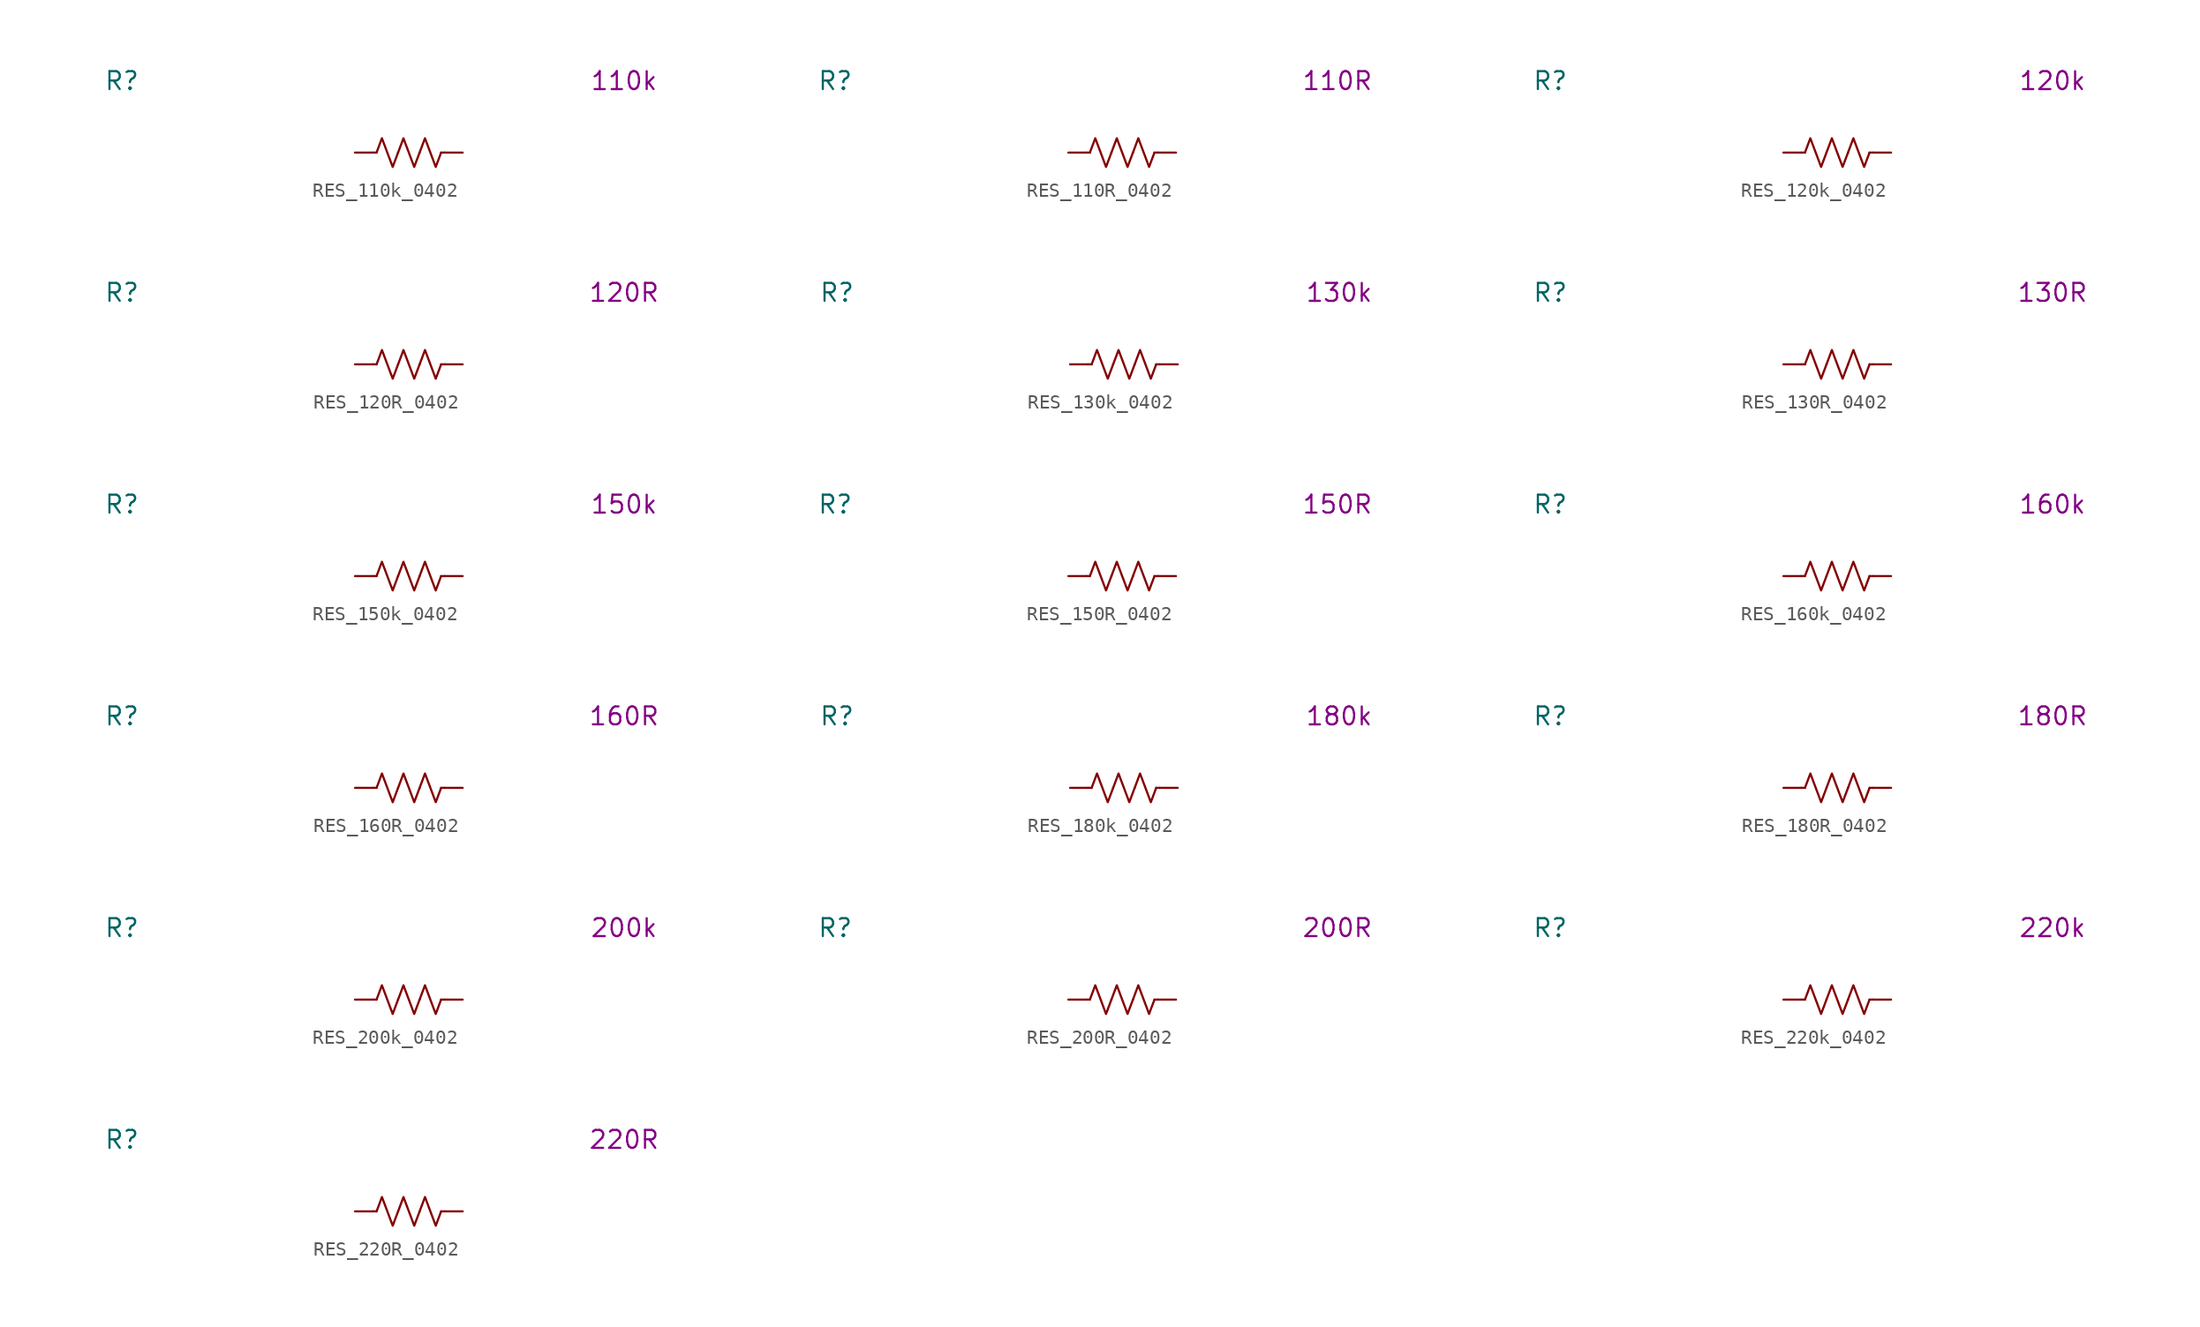
<source format=kicad_sym>
(kicad_symbol_lib
  (version 20231120)
  (generator "kicad_symbol_editor")
  (generator_version "8.0")
  (symbol "RES_110k_0402"
    (pin_numbers hide)
    (property "Reference" "R"
      (at -20.32 5.08 0)
      (effects (font (size 1.27 1.27))))
    (property "Display Value" "110k"
      (at 15.24 5.08 0)
      (effects (font (size 1.27 1.27))))
    (symbol "RES_110k_0402_0_1"
      (polyline (pts (xy -2.286 0) (xy -2.54 0)) (stroke (width 0) (type default)) (fill (type none)))
      (polyline (pts (xy 2.286 0) (xy 2.54 0)) (stroke (width 0) (type default)) (fill (type none)))
      (polyline (pts (xy -2.286 0) (xy -1.905 1.016) (xy -1.524 0) (xy -1.143 -1.016) (xy -0.762 0)) (stroke (width 0) (type default)) (fill (type none)))
      (polyline (pts (xy -0.762 0) (xy -0.381 1.016) (xy 0 0) (xy 0.381 -1.016) (xy 0.762 0)) (stroke (width 0) (type default)) (fill (type none)))
      (polyline (pts (xy 0.762 0) (xy 1.143 1.016) (xy 1.524 0) (xy 1.905 -1.016) (xy 2.286 0)) (stroke (width 0) (type default)) (fill (type none))))
    (symbol "RES_110k_0402_1_1"
      (pin passive line (at -3.81 0 0) (length 1.27) (name "~" (effects (font (size 1.27 1.27)))) (number "1" (effects (font (size 1.27 1.27)))))
      (pin passive line (at 3.81 0 180) (length 1.27) (name "~" (effects (font (size 1.27 1.27)))) (number "2" (effects (font (size 1.27 1.27)))))))
  (symbol "RES_110R_0402"
    (pin_numbers hide)
    (property "Reference" "R"
      (at -20.32 5.08 0)
      (effects (font (size 1.27 1.27))))
    (property "Display Value" "110R"
      (at 15.24 5.08 0)
      (effects (font (size 1.27 1.27))))
    (symbol "RES_110R_0402_0_1"
      (polyline (pts (xy -2.286 0) (xy -2.54 0)) (stroke (width 0) (type default)) (fill (type none)))
      (polyline (pts (xy 2.286 0) (xy 2.54 0)) (stroke (width 0) (type default)) (fill (type none)))
      (polyline (pts (xy -2.286 0) (xy -1.905 1.016) (xy -1.524 0) (xy -1.143 -1.016) (xy -0.762 0)) (stroke (width 0) (type default)) (fill (type none)))
      (polyline (pts (xy -0.762 0) (xy -0.381 1.016) (xy 0 0) (xy 0.381 -1.016) (xy 0.762 0)) (stroke (width 0) (type default)) (fill (type none)))
      (polyline (pts (xy 0.762 0) (xy 1.143 1.016) (xy 1.524 0) (xy 1.905 -1.016) (xy 2.286 0)) (stroke (width 0) (type default)) (fill (type none))))
    (symbol "RES_110R_0402_1_1"
      (pin passive line (at -3.81 0 0) (length 1.27) (name "~" (effects (font (size 1.27 1.27)))) (number "1" (effects (font (size 1.27 1.27)))))
      (pin passive line (at 3.81 0 180) (length 1.27) (name "~" (effects (font (size 1.27 1.27)))) (number "2" (effects (font (size 1.27 1.27)))))))
  (symbol "RES_120k_0402"
    (pin_numbers hide)
    (property "Reference" "R"
      (at -20.32 5.08 0)
      (effects (font (size 1.27 1.27))))
    (property "Display Value" "120k"
      (at 15.24 5.08 0)
      (effects (font (size 1.27 1.27))))
    (symbol "RES_120k_0402_0_1"
      (polyline (pts (xy -2.286 0) (xy -2.54 0)) (stroke (width 0) (type default)) (fill (type none)))
      (polyline (pts (xy 2.286 0) (xy 2.54 0)) (stroke (width 0) (type default)) (fill (type none)))
      (polyline (pts (xy -2.286 0) (xy -1.905 1.016) (xy -1.524 0) (xy -1.143 -1.016) (xy -0.762 0)) (stroke (width 0) (type default)) (fill (type none)))
      (polyline (pts (xy -0.762 0) (xy -0.381 1.016) (xy 0 0) (xy 0.381 -1.016) (xy 0.762 0)) (stroke (width 0) (type default)) (fill (type none)))
      (polyline (pts (xy 0.762 0) (xy 1.143 1.016) (xy 1.524 0) (xy 1.905 -1.016) (xy 2.286 0)) (stroke (width 0) (type default)) (fill (type none))))
    (symbol "RES_120k_0402_1_1"
      (pin passive line (at -3.81 0 0) (length 1.27) (name "~" (effects (font (size 1.27 1.27)))) (number "1" (effects (font (size 1.27 1.27)))))
      (pin passive line (at 3.81 0 180) (length 1.27) (name "~" (effects (font (size 1.27 1.27)))) (number "2" (effects (font (size 1.27 1.27)))))))
  (symbol "RES_120R_0402"
    (pin_numbers hide)
    (property "Reference" "R"
      (at -20.32 5.08 0)
      (effects (font (size 1.27 1.27))))
    (property "Display Value" "120R"
      (at 15.24 5.08 0)
      (effects (font (size 1.27 1.27))))
    (symbol "RES_120R_0402_0_1"
      (polyline (pts (xy -2.286 0) (xy -2.54 0)) (stroke (width 0) (type default)) (fill (type none)))
      (polyline (pts (xy 2.286 0) (xy 2.54 0)) (stroke (width 0) (type default)) (fill (type none)))
      (polyline (pts (xy -2.286 0) (xy -1.905 1.016) (xy -1.524 0) (xy -1.143 -1.016) (xy -0.762 0)) (stroke (width 0) (type default)) (fill (type none)))
      (polyline (pts (xy -0.762 0) (xy -0.381 1.016) (xy 0 0) (xy 0.381 -1.016) (xy 0.762 0)) (stroke (width 0) (type default)) (fill (type none)))
      (polyline (pts (xy 0.762 0) (xy 1.143 1.016) (xy 1.524 0) (xy 1.905 -1.016) (xy 2.286 0)) (stroke (width 0) (type default)) (fill (type none))))
    (symbol "RES_120R_0402_1_1"
      (pin passive line (at -3.81 0 0) (length 1.27) (name "~" (effects (font (size 1.27 1.27)))) (number "1" (effects (font (size 1.27 1.27)))))
      (pin passive line (at 3.81 0 180) (length 1.27) (name "~" (effects (font (size 1.27 1.27)))) (number "2" (effects (font (size 1.27 1.27)))))))
  (symbol "RES_130k_0402"
    (pin_numbers hide)
    (property "Reference" "R"
      (at -20.32 5.08 0)
      (effects (font (size 1.27 1.27))))
    (property "Display Value" "130k"
      (at 15.24 5.08 0)
      (effects (font (size 1.27 1.27))))
    (symbol "RES_130k_0402_0_1"
      (polyline (pts (xy -2.286 0) (xy -2.54 0)) (stroke (width 0) (type default)) (fill (type none)))
      (polyline (pts (xy 2.286 0) (xy 2.54 0)) (stroke (width 0) (type default)) (fill (type none)))
      (polyline (pts (xy -2.286 0) (xy -1.905 1.016) (xy -1.524 0) (xy -1.143 -1.016) (xy -0.762 0)) (stroke (width 0) (type default)) (fill (type none)))
      (polyline (pts (xy -0.762 0) (xy -0.381 1.016) (xy 0 0) (xy 0.381 -1.016) (xy 0.762 0)) (stroke (width 0) (type default)) (fill (type none)))
      (polyline (pts (xy 0.762 0) (xy 1.143 1.016) (xy 1.524 0) (xy 1.905 -1.016) (xy 2.286 0)) (stroke (width 0) (type default)) (fill (type none))))
    (symbol "RES_130k_0402_1_1"
      (pin passive line (at -3.81 0 0) (length 1.27) (name "~" (effects (font (size 1.27 1.27)))) (number "1" (effects (font (size 1.27 1.27)))))
      (pin passive line (at 3.81 0 180) (length 1.27) (name "~" (effects (font (size 1.27 1.27)))) (number "2" (effects (font (size 1.27 1.27)))))))
  (symbol "RES_130R_0402"
    (pin_numbers hide)
    (property "Reference" "R"
      (at -20.32 5.08 0)
      (effects (font (size 1.27 1.27))))
    (property "Display Value" "130R"
      (at 15.24 5.08 0)
      (effects (font (size 1.27 1.27))))
    (symbol "RES_130R_0402_0_1"
      (polyline (pts (xy -2.286 0) (xy -2.54 0)) (stroke (width 0) (type default)) (fill (type none)))
      (polyline (pts (xy 2.286 0) (xy 2.54 0)) (stroke (width 0) (type default)) (fill (type none)))
      (polyline (pts (xy -2.286 0) (xy -1.905 1.016) (xy -1.524 0) (xy -1.143 -1.016) (xy -0.762 0)) (stroke (width 0) (type default)) (fill (type none)))
      (polyline (pts (xy -0.762 0) (xy -0.381 1.016) (xy 0 0) (xy 0.381 -1.016) (xy 0.762 0)) (stroke (width 0) (type default)) (fill (type none)))
      (polyline (pts (xy 0.762 0) (xy 1.143 1.016) (xy 1.524 0) (xy 1.905 -1.016) (xy 2.286 0)) (stroke (width 0) (type default)) (fill (type none))))
    (symbol "RES_130R_0402_1_1"
      (pin passive line (at -3.81 0 0) (length 1.27) (name "~" (effects (font (size 1.27 1.27)))) (number "1" (effects (font (size 1.27 1.27)))))
      (pin passive line (at 3.81 0 180) (length 1.27) (name "~" (effects (font (size 1.27 1.27)))) (number "2" (effects (font (size 1.27 1.27)))))))
  (symbol "RES_150k_0402"
    (pin_numbers hide)
    (property "Reference" "R"
      (at -20.32 5.08 0)
      (effects (font (size 1.27 1.27))))
    (property "Display Value" "150k"
      (at 15.24 5.08 0)
      (effects (font (size 1.27 1.27))))
    (symbol "RES_150k_0402_0_1"
      (polyline (pts (xy -2.286 0) (xy -2.54 0)) (stroke (width 0) (type default)) (fill (type none)))
      (polyline (pts (xy 2.286 0) (xy 2.54 0)) (stroke (width 0) (type default)) (fill (type none)))
      (polyline (pts (xy -2.286 0) (xy -1.905 1.016) (xy -1.524 0) (xy -1.143 -1.016) (xy -0.762 0)) (stroke (width 0) (type default)) (fill (type none)))
      (polyline (pts (xy -0.762 0) (xy -0.381 1.016) (xy 0 0) (xy 0.381 -1.016) (xy 0.762 0)) (stroke (width 0) (type default)) (fill (type none)))
      (polyline (pts (xy 0.762 0) (xy 1.143 1.016) (xy 1.524 0) (xy 1.905 -1.016) (xy 2.286 0)) (stroke (width 0) (type default)) (fill (type none))))
    (symbol "RES_150k_0402_1_1"
      (pin passive line (at -3.81 0 0) (length 1.27) (name "~" (effects (font (size 1.27 1.27)))) (number "1" (effects (font (size 1.27 1.27)))))
      (pin passive line (at 3.81 0 180) (length 1.27) (name "~" (effects (font (size 1.27 1.27)))) (number "2" (effects (font (size 1.27 1.27)))))))
  (symbol "RES_150R_0402"
    (pin_numbers hide)
    (property "Reference" "R"
      (at -20.32 5.08 0)
      (effects (font (size 1.27 1.27))))
    (property "Display Value" "150R"
      (at 15.24 5.08 0)
      (effects (font (size 1.27 1.27))))
    (symbol "RES_150R_0402_0_1"
      (polyline (pts (xy -2.286 0) (xy -2.54 0)) (stroke (width 0) (type default)) (fill (type none)))
      (polyline (pts (xy 2.286 0) (xy 2.54 0)) (stroke (width 0) (type default)) (fill (type none)))
      (polyline (pts (xy -2.286 0) (xy -1.905 1.016) (xy -1.524 0) (xy -1.143 -1.016) (xy -0.762 0)) (stroke (width 0) (type default)) (fill (type none)))
      (polyline (pts (xy -0.762 0) (xy -0.381 1.016) (xy 0 0) (xy 0.381 -1.016) (xy 0.762 0)) (stroke (width 0) (type default)) (fill (type none)))
      (polyline (pts (xy 0.762 0) (xy 1.143 1.016) (xy 1.524 0) (xy 1.905 -1.016) (xy 2.286 0)) (stroke (width 0) (type default)) (fill (type none))))
    (symbol "RES_150R_0402_1_1"
      (pin passive line (at -3.81 0 0) (length 1.27) (name "~" (effects (font (size 1.27 1.27)))) (number "1" (effects (font (size 1.27 1.27)))))
      (pin passive line (at 3.81 0 180) (length 1.27) (name "~" (effects (font (size 1.27 1.27)))) (number "2" (effects (font (size 1.27 1.27)))))))
  (symbol "RES_160k_0402"
    (pin_numbers hide)
    (property "Reference" "R"
      (at -20.32 5.08 0)
      (effects (font (size 1.27 1.27))))
    (property "Display Value" "160k"
      (at 15.24 5.08 0)
      (effects (font (size 1.27 1.27))))
    (symbol "RES_160k_0402_0_1"
      (polyline (pts (xy -2.286 0) (xy -2.54 0)) (stroke (width 0) (type default)) (fill (type none)))
      (polyline (pts (xy 2.286 0) (xy 2.54 0)) (stroke (width 0) (type default)) (fill (type none)))
      (polyline (pts (xy -2.286 0) (xy -1.905 1.016) (xy -1.524 0) (xy -1.143 -1.016) (xy -0.762 0)) (stroke (width 0) (type default)) (fill (type none)))
      (polyline (pts (xy -0.762 0) (xy -0.381 1.016) (xy 0 0) (xy 0.381 -1.016) (xy 0.762 0)) (stroke (width 0) (type default)) (fill (type none)))
      (polyline (pts (xy 0.762 0) (xy 1.143 1.016) (xy 1.524 0) (xy 1.905 -1.016) (xy 2.286 0)) (stroke (width 0) (type default)) (fill (type none))))
    (symbol "RES_160k_0402_1_1"
      (pin passive line (at -3.81 0 0) (length 1.27) (name "~" (effects (font (size 1.27 1.27)))) (number "1" (effects (font (size 1.27 1.27)))))
      (pin passive line (at 3.81 0 180) (length 1.27) (name "~" (effects (font (size 1.27 1.27)))) (number "2" (effects (font (size 1.27 1.27)))))))
  (symbol "RES_160R_0402"
    (pin_numbers hide)
    (property "Reference" "R"
      (at -20.32 5.08 0)
      (effects (font (size 1.27 1.27))))
    (property "Display Value" "160R"
      (at 15.24 5.08 0)
      (effects (font (size 1.27 1.27))))
    (symbol "RES_160R_0402_0_1"
      (polyline (pts (xy -2.286 0) (xy -2.54 0)) (stroke (width 0) (type default)) (fill (type none)))
      (polyline (pts (xy 2.286 0) (xy 2.54 0)) (stroke (width 0) (type default)) (fill (type none)))
      (polyline (pts (xy -2.286 0) (xy -1.905 1.016) (xy -1.524 0) (xy -1.143 -1.016) (xy -0.762 0)) (stroke (width 0) (type default)) (fill (type none)))
      (polyline (pts (xy -0.762 0) (xy -0.381 1.016) (xy 0 0) (xy 0.381 -1.016) (xy 0.762 0)) (stroke (width 0) (type default)) (fill (type none)))
      (polyline (pts (xy 0.762 0) (xy 1.143 1.016) (xy 1.524 0) (xy 1.905 -1.016) (xy 2.286 0)) (stroke (width 0) (type default)) (fill (type none))))
    (symbol "RES_160R_0402_1_1"
      (pin passive line (at -3.81 0 0) (length 1.27) (name "~" (effects (font (size 1.27 1.27)))) (number "1" (effects (font (size 1.27 1.27)))))
      (pin passive line (at 3.81 0 180) (length 1.27) (name "~" (effects (font (size 1.27 1.27)))) (number "2" (effects (font (size 1.27 1.27)))))))
  (symbol "RES_180k_0402"
    (pin_numbers hide)
    (property "Reference" "R"
      (at -20.32 5.08 0)
      (effects (font (size 1.27 1.27))))
    (property "Display Value" "180k"
      (at 15.24 5.08 0)
      (effects (font (size 1.27 1.27))))
    (symbol "RES_180k_0402_0_1"
      (polyline (pts (xy -2.286 0) (xy -2.54 0)) (stroke (width 0) (type default)) (fill (type none)))
      (polyline (pts (xy 2.286 0) (xy 2.54 0)) (stroke (width 0) (type default)) (fill (type none)))
      (polyline (pts (xy -2.286 0) (xy -1.905 1.016) (xy -1.524 0) (xy -1.143 -1.016) (xy -0.762 0)) (stroke (width 0) (type default)) (fill (type none)))
      (polyline (pts (xy -0.762 0) (xy -0.381 1.016) (xy 0 0) (xy 0.381 -1.016) (xy 0.762 0)) (stroke (width 0) (type default)) (fill (type none)))
      (polyline (pts (xy 0.762 0) (xy 1.143 1.016) (xy 1.524 0) (xy 1.905 -1.016) (xy 2.286 0)) (stroke (width 0) (type default)) (fill (type none))))
    (symbol "RES_180k_0402_1_1"
      (pin passive line (at -3.81 0 0) (length 1.27) (name "~" (effects (font (size 1.27 1.27)))) (number "1" (effects (font (size 1.27 1.27)))))
      (pin passive line (at 3.81 0 180) (length 1.27) (name "~" (effects (font (size 1.27 1.27)))) (number "2" (effects (font (size 1.27 1.27)))))))
  (symbol "RES_180R_0402"
    (pin_numbers hide)
    (property "Reference" "R"
      (at -20.32 5.08 0)
      (effects (font (size 1.27 1.27))))
    (property "Display Value" "180R"
      (at 15.24 5.08 0)
      (effects (font (size 1.27 1.27))))
    (symbol "RES_180R_0402_0_1"
      (polyline (pts (xy -2.286 0) (xy -2.54 0)) (stroke (width 0) (type default)) (fill (type none)))
      (polyline (pts (xy 2.286 0) (xy 2.54 0)) (stroke (width 0) (type default)) (fill (type none)))
      (polyline (pts (xy -2.286 0) (xy -1.905 1.016) (xy -1.524 0) (xy -1.143 -1.016) (xy -0.762 0)) (stroke (width 0) (type default)) (fill (type none)))
      (polyline (pts (xy -0.762 0) (xy -0.381 1.016) (xy 0 0) (xy 0.381 -1.016) (xy 0.762 0)) (stroke (width 0) (type default)) (fill (type none)))
      (polyline (pts (xy 0.762 0) (xy 1.143 1.016) (xy 1.524 0) (xy 1.905 -1.016) (xy 2.286 0)) (stroke (width 0) (type default)) (fill (type none))))
    (symbol "RES_180R_0402_1_1"
      (pin passive line (at -3.81 0 0) (length 1.27) (name "~" (effects (font (size 1.27 1.27)))) (number "1" (effects (font (size 1.27 1.27)))))
      (pin passive line (at 3.81 0 180) (length 1.27) (name "~" (effects (font (size 1.27 1.27)))) (number "2" (effects (font (size 1.27 1.27)))))))
  (symbol "RES_200k_0402"
    (pin_numbers hide)
    (property "Reference" "R"
      (at -20.32 5.08 0)
      (effects (font (size 1.27 1.27))))
    (property "Display Value" "200k"
      (at 15.24 5.08 0)
      (effects (font (size 1.27 1.27))))
    (symbol "RES_200k_0402_0_1"
      (polyline (pts (xy -2.286 0) (xy -2.54 0)) (stroke (width 0) (type default)) (fill (type none)))
      (polyline (pts (xy 2.286 0) (xy 2.54 0)) (stroke (width 0) (type default)) (fill (type none)))
      (polyline (pts (xy -2.286 0) (xy -1.905 1.016) (xy -1.524 0) (xy -1.143 -1.016) (xy -0.762 0)) (stroke (width 0) (type default)) (fill (type none)))
      (polyline (pts (xy -0.762 0) (xy -0.381 1.016) (xy 0 0) (xy 0.381 -1.016) (xy 0.762 0)) (stroke (width 0) (type default)) (fill (type none)))
      (polyline (pts (xy 0.762 0) (xy 1.143 1.016) (xy 1.524 0) (xy 1.905 -1.016) (xy 2.286 0)) (stroke (width 0) (type default)) (fill (type none))))
    (symbol "RES_200k_0402_1_1"
      (pin passive line (at -3.81 0 0) (length 1.27) (name "~" (effects (font (size 1.27 1.27)))) (number "1" (effects (font (size 1.27 1.27)))))
      (pin passive line (at 3.81 0 180) (length 1.27) (name "~" (effects (font (size 1.27 1.27)))) (number "2" (effects (font (size 1.27 1.27)))))))
  (symbol "RES_200R_0402"
    (pin_numbers hide)
    (property "Reference" "R"
      (at -20.32 5.08 0)
      (effects (font (size 1.27 1.27))))
    (property "Display Value" "200R"
      (at 15.24 5.08 0)
      (effects (font (size 1.27 1.27))))
    (symbol "RES_200R_0402_0_1"
      (polyline (pts (xy -2.286 0) (xy -2.54 0)) (stroke (width 0) (type default)) (fill (type none)))
      (polyline (pts (xy 2.286 0) (xy 2.54 0)) (stroke (width 0) (type default)) (fill (type none)))
      (polyline (pts (xy -2.286 0) (xy -1.905 1.016) (xy -1.524 0) (xy -1.143 -1.016) (xy -0.762 0)) (stroke (width 0) (type default)) (fill (type none)))
      (polyline (pts (xy -0.762 0) (xy -0.381 1.016) (xy 0 0) (xy 0.381 -1.016) (xy 0.762 0)) (stroke (width 0) (type default)) (fill (type none)))
      (polyline (pts (xy 0.762 0) (xy 1.143 1.016) (xy 1.524 0) (xy 1.905 -1.016) (xy 2.286 0)) (stroke (width 0) (type default)) (fill (type none))))
    (symbol "RES_200R_0402_1_1"
      (pin passive line (at -3.81 0 0) (length 1.27) (name "~" (effects (font (size 1.27 1.27)))) (number "1" (effects (font (size 1.27 1.27)))))
      (pin passive line (at 3.81 0 180) (length 1.27) (name "~" (effects (font (size 1.27 1.27)))) (number "2" (effects (font (size 1.27 1.27)))))))
  (symbol "RES_220k_0402"
    (pin_numbers hide)
    (property "Reference" "R"
      (at -20.32 5.08 0)
      (effects (font (size 1.27 1.27))))
    (property "Display Value" "220k"
      (at 15.24 5.08 0)
      (effects (font (size 1.27 1.27))))
    (symbol "RES_220k_0402_0_1"
      (polyline (pts (xy -2.286 0) (xy -2.54 0)) (stroke (width 0) (type default)) (fill (type none)))
      (polyline (pts (xy 2.286 0) (xy 2.54 0)) (stroke (width 0) (type default)) (fill (type none)))
      (polyline (pts (xy -2.286 0) (xy -1.905 1.016) (xy -1.524 0) (xy -1.143 -1.016) (xy -0.762 0)) (stroke (width 0) (type default)) (fill (type none)))
      (polyline (pts (xy -0.762 0) (xy -0.381 1.016) (xy 0 0) (xy 0.381 -1.016) (xy 0.762 0)) (stroke (width 0) (type default)) (fill (type none)))
      (polyline (pts (xy 0.762 0) (xy 1.143 1.016) (xy 1.524 0) (xy 1.905 -1.016) (xy 2.286 0)) (stroke (width 0) (type default)) (fill (type none))))
    (symbol "RES_220k_0402_1_1"
      (pin passive line (at -3.81 0 0) (length 1.27) (name "~" (effects (font (size 1.27 1.27)))) (number "1" (effects (font (size 1.27 1.27)))))
      (pin passive line (at 3.81 0 180) (length 1.27) (name "~" (effects (font (size 1.27 1.27)))) (number "2" (effects (font (size 1.27 1.27)))))))
  (symbol "RES_220R_0402"
    (pin_numbers hide)
    (property "Reference" "R"
      (at -20.32 5.08 0)
      (effects (font (size 1.27 1.27))))
    (property "Display Value" "220R"
      (at 15.24 5.08 0)
      (effects (font (size 1.27 1.27))))
    (symbol "RES_220R_0402_0_1"
      (polyline (pts (xy -2.286 0) (xy -2.54 0)) (stroke (width 0) (type default)) (fill (type none)))
      (polyline (pts (xy 2.286 0) (xy 2.54 0)) (stroke (width 0) (type default)) (fill (type none)))
      (polyline (pts (xy -2.286 0) (xy -1.905 1.016) (xy -1.524 0) (xy -1.143 -1.016) (xy -0.762 0)) (stroke (width 0) (type default)) (fill (type none)))
      (polyline (pts (xy -0.762 0) (xy -0.381 1.016) (xy 0 0) (xy 0.381 -1.016) (xy 0.762 0)) (stroke (width 0) (type default)) (fill (type none)))
      (polyline (pts (xy 0.762 0) (xy 1.143 1.016) (xy 1.524 0) (xy 1.905 -1.016) (xy 2.286 0)) (stroke (width 0) (type default)) (fill (type none))))
    (symbol "RES_220R_0402_1_1"
      (pin passive line (at -3.81 0 0) (length 1.27) (name "~" (effects (font (size 1.27 1.27)))) (number "1" (effects (font (size 1.27 1.27)))))
      (pin passive line (at 3.81 0 180) (length 1.27) (name "~" (effects (font (size 1.27 1.27)))) (number "2" (effects (font (size 1.27 1.27))))))))
</source>
